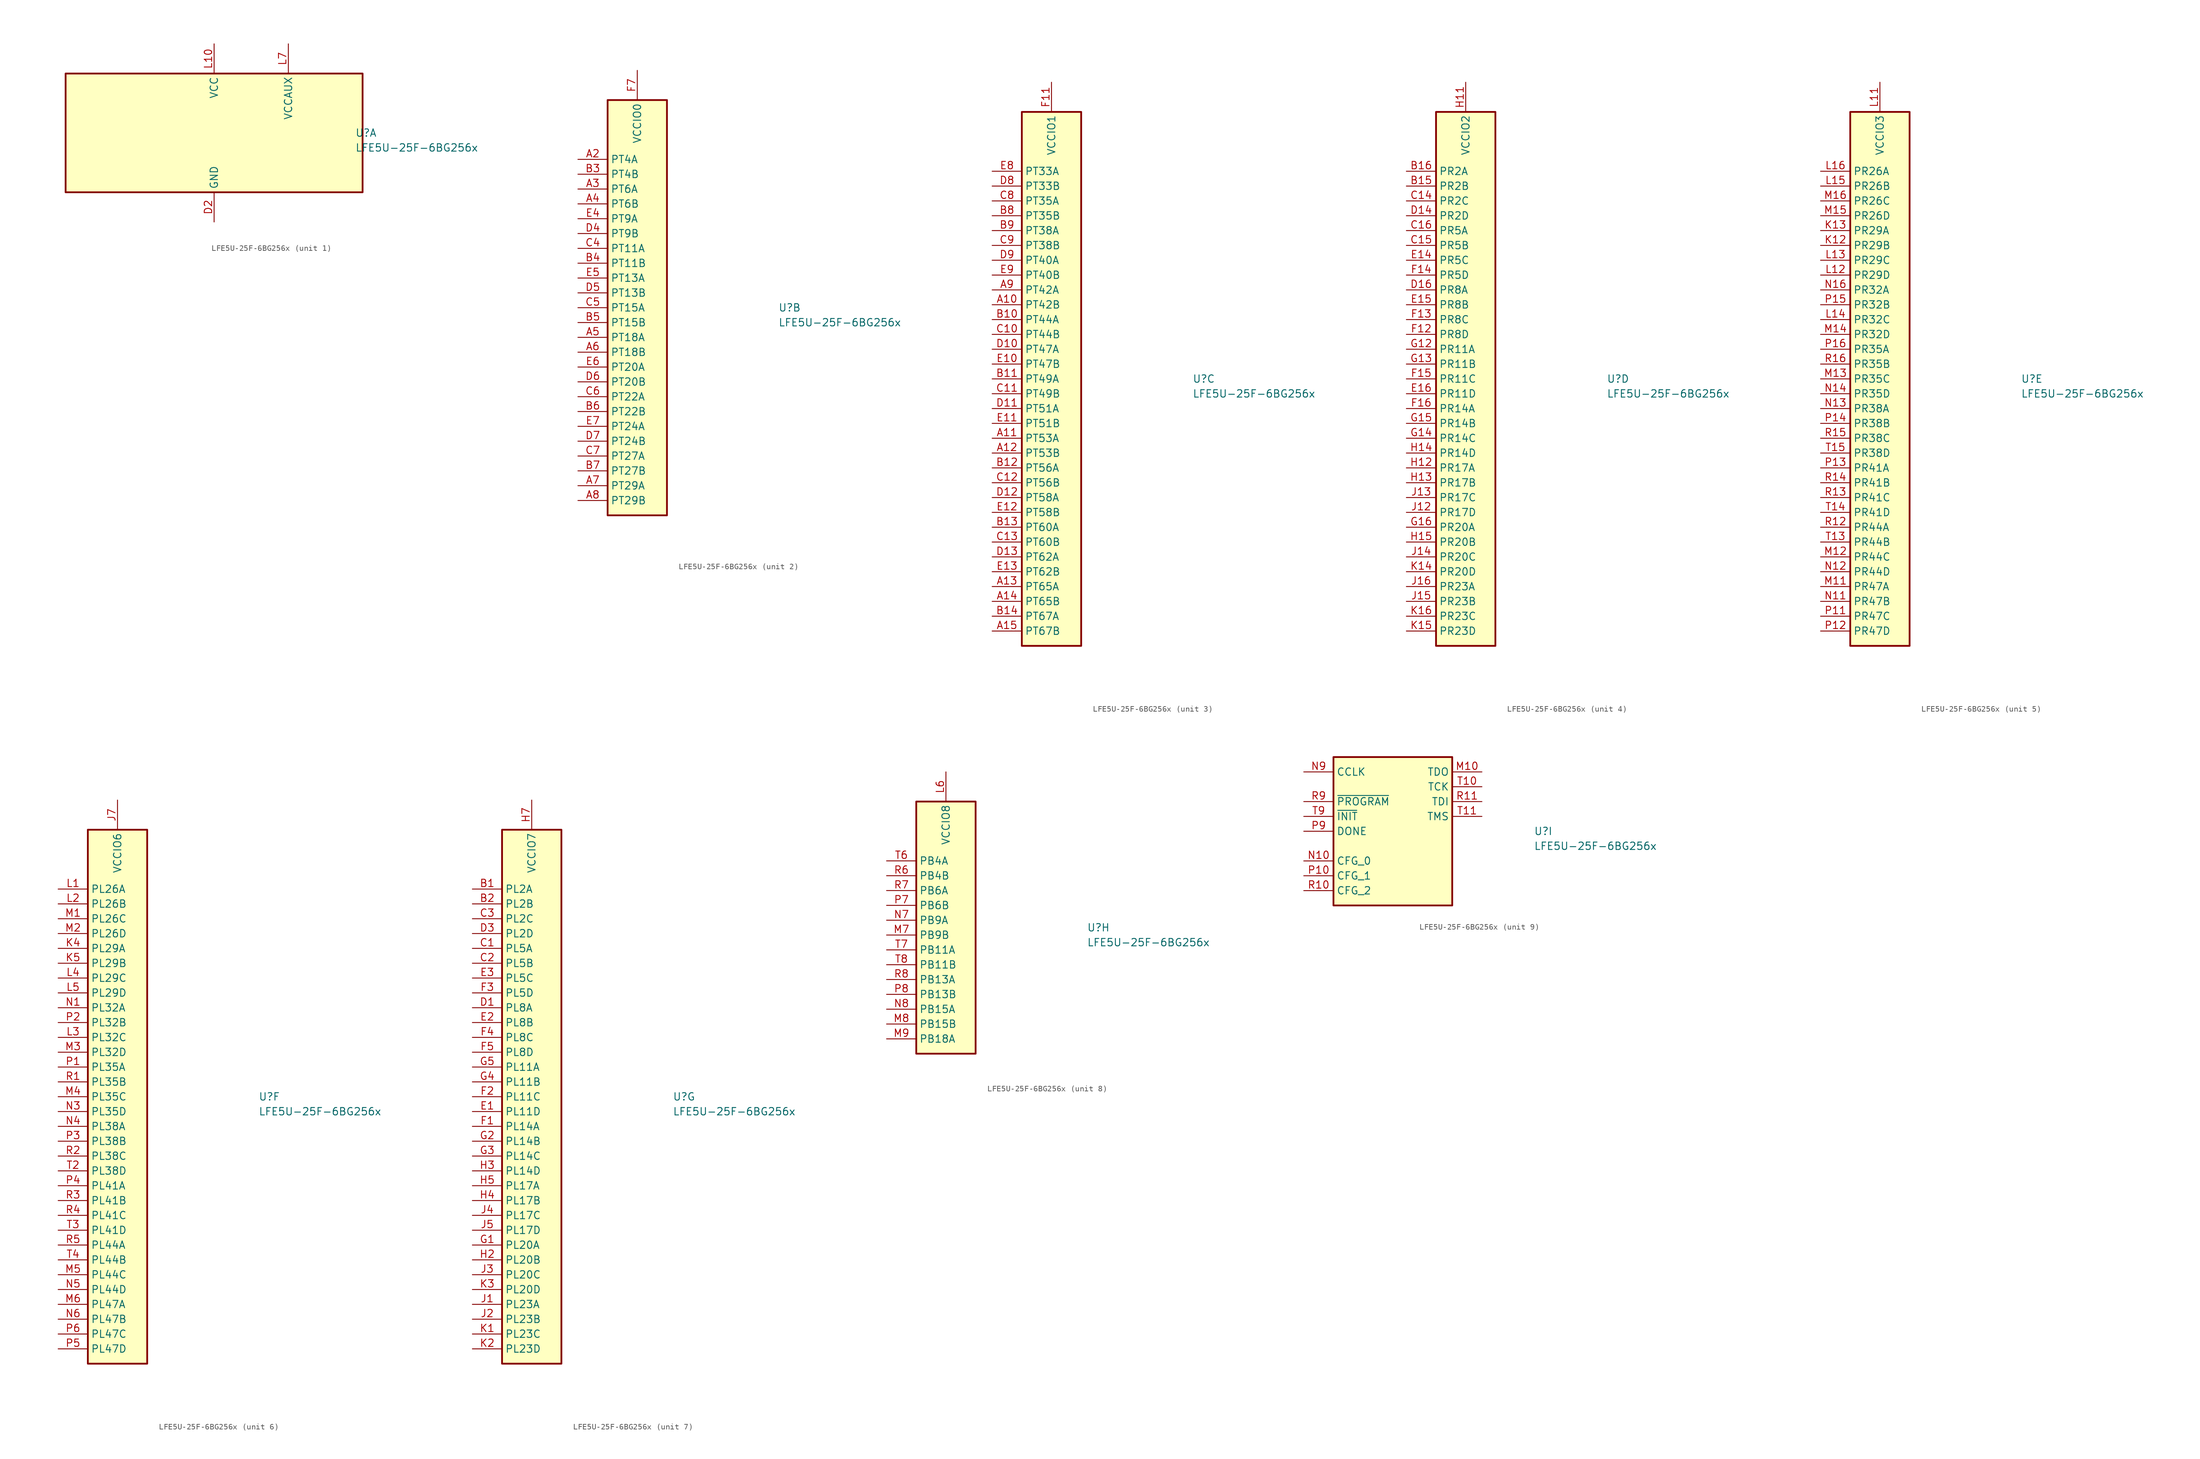
<source format=kicad_sym>
(kicad_symbol_lib
  (version 20241209)
  (generator "kicad_symbol_editor")
  (generator_version "9.0")
  (symbol "LFE5U-25F-6BG256x"
    (property "Reference" "U"
      (at 24.13 0 0)
      (effects (font (size 1.27 1.27)) (justify left)))
    (property "Value" "LFE5U-25F-6BG256x"
      (at 24.13 -2.54 0)
      (effects (font (size 1.27 1.27)) (justify left)))
    (property "ki_locked" ""
      (at 0 0 0)
      (effects (font (size 1.27 1.27))))
    (symbol "LFE5U-25F-6BG256x_1_1"
      (rectangle (start -25.4 10.16) (end 25.4 -10.16) (stroke (width 0.305) (type default)) (fill (type background)))
      (pin passive line (at 0 15.24 270) (length 5.08) (hide yes) (name "VCC" (effects (font (size 1.27 1.27)))) (number "G6" (effects (font (size 1.27 1.27)))))
      (pin passive line (at 0 15.24 270) (length 5.08) (hide yes) (name "VCC" (effects (font (size 1.27 1.27)))) (number "G7" (effects (font (size 1.27 1.27)))))
      (pin passive line (at 0 15.24 270) (length 5.08) (hide yes) (name "VCC" (effects (font (size 1.27 1.27)))) (number "G9" (effects (font (size 1.27 1.27)))))
      (pin power_in line (at 0 15.24 270) (length 5.08) (name "VCC" (effects (font (size 1.27 1.27)))) (number "L10" (effects (font (size 1.27 1.27)))))
      (pin passive line (at 0 15.24 270) (length 5.08) (hide yes) (name "VCC" (effects (font (size 1.27 1.27)))) (number "L8" (effects (font (size 1.27 1.27)))))
      (pin passive line (at 0 15.24 270) (length 5.08) (hide yes) (name "VCC" (effects (font (size 1.27 1.27)))) (number "L9" (effects (font (size 1.27 1.27)))))
      (pin passive line (at 0 -15.24 90) (length 5.08) (hide yes) (name "GND" (effects (font (size 1.27 1.27)))) (number "A1" (effects (font (size 1.27 1.27)))))
      (pin passive line (at 0 -15.24 90) (length 5.08) (hide yes) (name "GND" (effects (font (size 1.27 1.27)))) (number "A16" (effects (font (size 1.27 1.27)))))
      (pin passive line (at 0 -15.24 90) (length 5.08) (hide yes) (name "GND" (effects (font (size 1.27 1.27)))) (number "D15" (effects (font (size 1.27 1.27)))))
      (pin power_in line (at 0 -15.24 90) (length 5.08) (name "GND" (effects (font (size 1.27 1.27)))) (number "D2" (effects (font (size 1.27 1.27)))))
      (pin passive line (at 0 -15.24 90) (length 5.08) (hide yes) (name "GND" (effects (font (size 1.27 1.27)))) (number "F8" (effects (font (size 1.27 1.27)))))
      (pin passive line (at 0 -15.24 90) (length 5.08) (hide yes) (name "GND" (effects (font (size 1.27 1.27)))) (number "F9" (effects (font (size 1.27 1.27)))))
      (pin passive line (at 0 -15.24 90) (length 5.08) (hide yes) (name "GND" (effects (font (size 1.27 1.27)))) (number "G10" (effects (font (size 1.27 1.27)))))
      (pin passive line (at 0 -15.24 90) (length 5.08) (hide yes) (name "GND" (effects (font (size 1.27 1.27)))) (number "G8" (effects (font (size 1.27 1.27)))))
      (pin passive line (at 0 -15.24 90) (length 5.08) (hide yes) (name "GND" (effects (font (size 1.27 1.27)))) (number "H1" (effects (font (size 1.27 1.27)))))
      (pin passive line (at 0 -15.24 90) (length 5.08) (hide yes) (name "GND" (effects (font (size 1.27 1.27)))) (number "H10" (effects (font (size 1.27 1.27)))))
      (pin passive line (at 0 -15.24 90) (length 5.08) (hide yes) (name "GND" (effects (font (size 1.27 1.27)))) (number "H16" (effects (font (size 1.27 1.27)))))
      (pin passive line (at 0 -15.24 90) (length 5.08) (hide yes) (name "GND" (effects (font (size 1.27 1.27)))) (number "H8" (effects (font (size 1.27 1.27)))))
      (pin passive line (at 0 -15.24 90) (length 5.08) (hide yes) (name "GND" (effects (font (size 1.27 1.27)))) (number "H9" (effects (font (size 1.27 1.27)))))
      (pin passive line (at 0 -15.24 90) (length 5.08) (hide yes) (name "GND" (effects (font (size 1.27 1.27)))) (number "J10" (effects (font (size 1.27 1.27)))))
      (pin passive line (at 0 -15.24 90) (length 5.08) (hide yes) (name "GND" (effects (font (size 1.27 1.27)))) (number "J8" (effects (font (size 1.27 1.27)))))
      (pin passive line (at 0 -15.24 90) (length 5.08) (hide yes) (name "GND" (effects (font (size 1.27 1.27)))) (number "J9" (effects (font (size 1.27 1.27)))))
      (pin passive line (at 0 -15.24 90) (length 5.08) (hide yes) (name "GND" (effects (font (size 1.27 1.27)))) (number "K10" (effects (font (size 1.27 1.27)))))
      (pin passive line (at 0 -15.24 90) (length 5.08) (hide yes) (name "GND" (effects (font (size 1.27 1.27)))) (number "K6" (effects (font (size 1.27 1.27)))))
      (pin passive line (at 0 -15.24 90) (length 5.08) (hide yes) (name "GND" (effects (font (size 1.27 1.27)))) (number "K7" (effects (font (size 1.27 1.27)))))
      (pin passive line (at 0 -15.24 90) (length 5.08) (hide yes) (name "GND" (effects (font (size 1.27 1.27)))) (number "K8" (effects (font (size 1.27 1.27)))))
      (pin passive line (at 0 -15.24 90) (length 5.08) (hide yes) (name "GND" (effects (font (size 1.27 1.27)))) (number "K9" (effects (font (size 1.27 1.27)))))
      (pin passive line (at 0 -15.24 90) (length 5.08) (hide yes) (name "GND" (effects (font (size 1.27 1.27)))) (number "N15" (effects (font (size 1.27 1.27)))))
      (pin passive line (at 0 -15.24 90) (length 5.08) (hide yes) (name "GND" (effects (font (size 1.27 1.27)))) (number "N2" (effects (font (size 1.27 1.27)))))
      (pin passive line (at 0 -15.24 90) (length 5.08) (hide yes) (name "GND" (effects (font (size 1.27 1.27)))) (number "T1" (effects (font (size 1.27 1.27)))))
      (pin passive line (at 0 -15.24 90) (length 5.08) (hide yes) (name "GND" (effects (font (size 1.27 1.27)))) (number "T12" (effects (font (size 1.27 1.27)))))
      (pin passive line (at 0 -15.24 90) (length 5.08) (hide yes) (name "GND" (effects (font (size 1.27 1.27)))) (number "T16" (effects (font (size 1.27 1.27)))))
      (pin passive line (at 0 -15.24 90) (length 5.08) (hide yes) (name "GND" (effects (font (size 1.27 1.27)))) (number "T5" (effects (font (size 1.27 1.27)))))
      (pin passive line (at 12.7 15.24 270) (length 5.08) (hide yes) (name "VCCAUX" (effects (font (size 1.27 1.27)))) (number "G11" (effects (font (size 1.27 1.27)))))
      (pin power_in line (at 12.7 15.24 270) (length 5.08) (name "VCCAUX" (effects (font (size 1.27 1.27)))) (number "L7" (effects (font (size 1.27 1.27))))))
    (symbol "LFE5U-25F-6BG256x_2_1"
      (rectangle (start -5.08 35.56) (end 5.08 -35.56) (stroke (width 0.305) (type default)) (fill (type background)))
      (pin bidirectional line (at -10.16 25.4 0) (length 5.08) (name "PT4A" (effects (font (size 1.27 1.27)))) (number "A2" (effects (font (size 1.27 1.27)))))
      (pin bidirectional line (at -10.16 22.86 0) (length 5.08) (name "PT4B" (effects (font (size 1.27 1.27)))) (number "B3" (effects (font (size 1.27 1.27)))))
      (pin bidirectional line (at -10.16 20.32 0) (length 5.08) (name "PT6A" (effects (font (size 1.27 1.27)))) (number "A3" (effects (font (size 1.27 1.27)))))
      (pin bidirectional line (at -10.16 17.78 0) (length 5.08) (name "PT6B" (effects (font (size 1.27 1.27)))) (number "A4" (effects (font (size 1.27 1.27)))))
      (pin bidirectional line (at -10.16 15.24 0) (length 5.08) (name "PT9A" (effects (font (size 1.27 1.27)))) (number "E4" (effects (font (size 1.27 1.27)))))
      (pin bidirectional line (at -10.16 12.7 0) (length 5.08) (name "PT9B" (effects (font (size 1.27 1.27)))) (number "D4" (effects (font (size 1.27 1.27)))))
      (pin bidirectional line (at -10.16 10.16 0) (length 5.08) (name "PT11A" (effects (font (size 1.27 1.27)))) (number "C4" (effects (font (size 1.27 1.27)))))
      (pin bidirectional line (at -10.16 7.62 0) (length 5.08) (name "PT11B" (effects (font (size 1.27 1.27)))) (number "B4" (effects (font (size 1.27 1.27)))))
      (pin bidirectional line (at -10.16 5.08 0) (length 5.08) (name "PT13A" (effects (font (size 1.27 1.27)))) (number "E5" (effects (font (size 1.27 1.27)))))
      (pin bidirectional line (at -10.16 2.54 0) (length 5.08) (name "PT13B" (effects (font (size 1.27 1.27)))) (number "D5" (effects (font (size 1.27 1.27)))))
      (pin bidirectional line (at -10.16 0 0) (length 5.08) (name "PT15A" (effects (font (size 1.27 1.27)))) (number "C5" (effects (font (size 1.27 1.27)))))
      (pin bidirectional line (at -10.16 -2.54 0) (length 5.08) (name "PT15B" (effects (font (size 1.27 1.27)))) (number "B5" (effects (font (size 1.27 1.27)))))
      (pin bidirectional line (at -10.16 -5.08 0) (length 5.08) (name "PT18A" (effects (font (size 1.27 1.27)))) (number "A5" (effects (font (size 1.27 1.27)))))
      (pin bidirectional line (at -10.16 -7.62 0) (length 5.08) (name "PT18B" (effects (font (size 1.27 1.27)))) (number "A6" (effects (font (size 1.27 1.27)))))
      (pin bidirectional line (at -10.16 -10.16 0) (length 5.08) (name "PT20A" (effects (font (size 1.27 1.27)))) (number "E6" (effects (font (size 1.27 1.27)))))
      (pin bidirectional line (at -10.16 -12.7 0) (length 5.08) (name "PT20B" (effects (font (size 1.27 1.27)))) (number "D6" (effects (font (size 1.27 1.27)))))
      (pin bidirectional line (at -10.16 -15.24 0) (length 5.08) (name "PT22A" (effects (font (size 1.27 1.27)))) (number "C6" (effects (font (size 1.27 1.27)))))
      (pin bidirectional line (at -10.16 -17.78 0) (length 5.08) (name "PT22B" (effects (font (size 1.27 1.27)))) (number "B6" (effects (font (size 1.27 1.27)))))
      (pin bidirectional line (at -10.16 -20.32 0) (length 5.08) (name "PT24A" (effects (font (size 1.27 1.27)))) (number "E7" (effects (font (size 1.27 1.27)))) (alternate "GR_PCLK0_1" input line))
      (pin bidirectional line (at -10.16 -22.86 0) (length 5.08) (name "PT24B" (effects (font (size 1.27 1.27)))) (number "D7" (effects (font (size 1.27 1.27)))) (alternate "GR_PCLK0_0" input line))
      (pin bidirectional line (at -10.16 -25.4 0) (length 5.08) (name "PT27A" (effects (font (size 1.27 1.27)))) (number "C7" (effects (font (size 1.27 1.27)))) (alternate "PCLKT0_1" input line))
      (pin bidirectional line (at -10.16 -27.94 0) (length 5.08) (name "PT27B" (effects (font (size 1.27 1.27)))) (number "B7" (effects (font (size 1.27 1.27)))))
      (pin bidirectional line (at -10.16 -30.48 0) (length 5.08) (name "PT29A" (effects (font (size 1.27 1.27)))) (number "A7" (effects (font (size 1.27 1.27)))) (alternate "PCLKT0_0" input line))
      (pin bidirectional line (at -10.16 -33.02 0) (length 5.08) (name "PT29B" (effects (font (size 1.27 1.27)))) (number "A8" (effects (font (size 1.27 1.27)))))
      (pin passive line (at 0 40.64 270) (length 5.08) (hide yes) (name "VCCIO0" (effects (font (size 1.27 1.27)))) (number "F6" (effects (font (size 1.27 1.27)))))
      (pin power_in line (at 0 40.64 270) (length 5.08) (name "VCCIO0" (effects (font (size 1.27 1.27)))) (number "F7" (effects (font (size 1.27 1.27))))))
    (symbol "LFE5U-25F-6BG256x_3_1"
      (rectangle (start -5.08 45.72) (end 5.08 -45.72) (stroke (width 0.305) (type default)) (fill (type background)))
      (pin bidirectional line (at -10.16 35.56 0) (length 5.08) (name "PT33A" (effects (font (size 1.27 1.27)))) (number "E8" (effects (font (size 1.27 1.27)))) (alternate "PCLKT1_1" input line))
      (pin bidirectional line (at -10.16 33.02 0) (length 5.08) (name "PT33B" (effects (font (size 1.27 1.27)))) (number "D8" (effects (font (size 1.27 1.27)))))
      (pin bidirectional line (at -10.16 30.48 0) (length 5.08) (name "PT35A" (effects (font (size 1.27 1.27)))) (number "C8" (effects (font (size 1.27 1.27)))) (alternate "PCLKT1_0" input line))
      (pin bidirectional line (at -10.16 27.94 0) (length 5.08) (name "PT35B" (effects (font (size 1.27 1.27)))) (number "B8" (effects (font (size 1.27 1.27)))))
      (pin bidirectional line (at -10.16 25.4 0) (length 5.08) (name "PT38A" (effects (font (size 1.27 1.27)))) (number "B9" (effects (font (size 1.27 1.27)))) (alternate "GR_PCLK1_0" input line))
      (pin bidirectional line (at -10.16 22.86 0) (length 5.08) (name "PT38B" (effects (font (size 1.27 1.27)))) (number "C9" (effects (font (size 1.27 1.27)))) (alternate "GR_PCLK1_0" input line))
      (pin bidirectional line (at -10.16 20.32 0) (length 5.08) (name "PT40A" (effects (font (size 1.27 1.27)))) (number "D9" (effects (font (size 1.27 1.27)))))
      (pin bidirectional line (at -10.16 17.78 0) (length 5.08) (name "PT40B" (effects (font (size 1.27 1.27)))) (number "E9" (effects (font (size 1.27 1.27)))))
      (pin bidirectional line (at -10.16 15.24 0) (length 5.08) (name "PT42A" (effects (font (size 1.27 1.27)))) (number "A9" (effects (font (size 1.27 1.27)))))
      (pin bidirectional line (at -10.16 12.7 0) (length 5.08) (name "PT42B" (effects (font (size 1.27 1.27)))) (number "A10" (effects (font (size 1.27 1.27)))))
      (pin bidirectional line (at -10.16 10.16 0) (length 5.08) (name "PT44A" (effects (font (size 1.27 1.27)))) (number "B10" (effects (font (size 1.27 1.27)))))
      (pin bidirectional line (at -10.16 7.62 0) (length 5.08) (name "PT44B" (effects (font (size 1.27 1.27)))) (number "C10" (effects (font (size 1.27 1.27)))))
      (pin bidirectional line (at -10.16 5.08 0) (length 5.08) (name "PT47A" (effects (font (size 1.27 1.27)))) (number "D10" (effects (font (size 1.27 1.27)))))
      (pin bidirectional line (at -10.16 2.54 0) (length 5.08) (name "PT47B" (effects (font (size 1.27 1.27)))) (number "E10" (effects (font (size 1.27 1.27)))))
      (pin bidirectional line (at -10.16 0 0) (length 5.08) (name "PT49A" (effects (font (size 1.27 1.27)))) (number "B11" (effects (font (size 1.27 1.27)))))
      (pin bidirectional line (at -10.16 -2.54 0) (length 5.08) (name "PT49B" (effects (font (size 1.27 1.27)))) (number "C11" (effects (font (size 1.27 1.27)))))
      (pin bidirectional line (at -10.16 -5.08 0) (length 5.08) (name "PT51A" (effects (font (size 1.27 1.27)))) (number "D11" (effects (font (size 1.27 1.27)))))
      (pin bidirectional line (at -10.16 -7.62 0) (length 5.08) (name "PT51B" (effects (font (size 1.27 1.27)))) (number "E11" (effects (font (size 1.27 1.27)))))
      (pin bidirectional line (at -10.16 -10.16 0) (length 5.08) (name "PT53A" (effects (font (size 1.27 1.27)))) (number "A11" (effects (font (size 1.27 1.27)))))
      (pin bidirectional line (at -10.16 -12.7 0) (length 5.08) (name "PT53B" (effects (font (size 1.27 1.27)))) (number "A12" (effects (font (size 1.27 1.27)))))
      (pin bidirectional line (at -10.16 -15.24 0) (length 5.08) (name "PT56A" (effects (font (size 1.27 1.27)))) (number "B12" (effects (font (size 1.27 1.27)))))
      (pin bidirectional line (at -10.16 -17.78 0) (length 5.08) (name "PT56B" (effects (font (size 1.27 1.27)))) (number "C12" (effects (font (size 1.27 1.27)))))
      (pin bidirectional line (at -10.16 -20.32 0) (length 5.08) (name "PT58A" (effects (font (size 1.27 1.27)))) (number "D12" (effects (font (size 1.27 1.27)))))
      (pin bidirectional line (at -10.16 -22.86 0) (length 5.08) (name "PT58B" (effects (font (size 1.27 1.27)))) (number "E12" (effects (font (size 1.27 1.27)))))
      (pin bidirectional line (at -10.16 -25.4 0) (length 5.08) (name "PT60A" (effects (font (size 1.27 1.27)))) (number "B13" (effects (font (size 1.27 1.27)))))
      (pin bidirectional line (at -10.16 -27.94 0) (length 5.08) (name "PT60B" (effects (font (size 1.27 1.27)))) (number "C13" (effects (font (size 1.27 1.27)))))
      (pin bidirectional line (at -10.16 -30.48 0) (length 5.08) (name "PT62A" (effects (font (size 1.27 1.27)))) (number "D13" (effects (font (size 1.27 1.27)))))
      (pin bidirectional line (at -10.16 -33.02 0) (length 5.08) (name "PT62B" (effects (font (size 1.27 1.27)))) (number "E13" (effects (font (size 1.27 1.27)))))
      (pin bidirectional line (at -10.16 -35.56 0) (length 5.08) (name "PT65A" (effects (font (size 1.27 1.27)))) (number "A13" (effects (font (size 1.27 1.27)))))
      (pin bidirectional line (at -10.16 -38.1 0) (length 5.08) (name "PT65B" (effects (font (size 1.27 1.27)))) (number "A14" (effects (font (size 1.27 1.27)))))
      (pin bidirectional line (at -10.16 -40.64 0) (length 5.08) (name "PT67A" (effects (font (size 1.27 1.27)))) (number "B14" (effects (font (size 1.27 1.27)))))
      (pin bidirectional line (at -10.16 -43.18 0) (length 5.08) (name "PT67B" (effects (font (size 1.27 1.27)))) (number "A15" (effects (font (size 1.27 1.27)))))
      (pin passive line (at 0 50.8 270) (length 5.08) (hide yes) (name "VCCIO1" (effects (font (size 1.27 1.27)))) (number "F10" (effects (font (size 1.27 1.27)))))
      (pin power_in line (at 0 50.8 270) (length 5.08) (name "VCCIO1" (effects (font (size 1.27 1.27)))) (number "F11" (effects (font (size 1.27 1.27))))))
    (symbol "LFE5U-25F-6BG256x_4_1"
      (rectangle (start -5.08 45.72) (end 5.08 -45.72) (stroke (width 0.305) (type default)) (fill (type background)))
      (pin bidirectional line (at -10.16 35.56 0) (length 5.08) (name "PR2A" (effects (font (size 1.27 1.27)))) (number "B16" (effects (font (size 1.27 1.27)))))
      (pin bidirectional line (at -10.16 33.02 0) (length 5.08) (name "PR2B" (effects (font (size 1.27 1.27)))) (number "B15" (effects (font (size 1.27 1.27)))) (alternate "S0_IN" input line))
      (pin bidirectional line (at -10.16 30.48 0) (length 5.08) (name "PR2C" (effects (font (size 1.27 1.27)))) (number "C14" (effects (font (size 1.27 1.27)))))
      (pin bidirectional line (at -10.16 27.94 0) (length 5.08) (name "PR2D" (effects (font (size 1.27 1.27)))) (number "D14" (effects (font (size 1.27 1.27)))))
      (pin bidirectional line (at -10.16 25.4 0) (length 5.08) (name "PR5A" (effects (font (size 1.27 1.27)))) (number "C16" (effects (font (size 1.27 1.27)))) (alternate "S0_OUT" output line))
      (pin bidirectional line (at -10.16 22.86 0) (length 5.08) (name "PR5B" (effects (font (size 1.27 1.27)))) (number "C15" (effects (font (size 1.27 1.27)))) (alternate "S1_IN" input line))
      (pin bidirectional line (at -10.16 20.32 0) (length 5.08) (name "PR5C" (effects (font (size 1.27 1.27)))) (number "E14" (effects (font (size 1.27 1.27)))))
      (pin bidirectional line (at -10.16 17.78 0) (length 5.08) (name "PR5D" (effects (font (size 1.27 1.27)))) (number "F14" (effects (font (size 1.27 1.27)))))
      (pin bidirectional line (at -10.16 15.24 0) (length 5.08) (name "PR8A" (effects (font (size 1.27 1.27)))) (number "D16" (effects (font (size 1.27 1.27)))))
      (pin bidirectional line (at -10.16 12.7 0) (length 5.08) (name "PR8B" (effects (font (size 1.27 1.27)))) (number "E15" (effects (font (size 1.27 1.27)))))
      (pin bidirectional line (at -10.16 10.16 0) (length 5.08) (name "PR8C" (effects (font (size 1.27 1.27)))) (number "F13" (effects (font (size 1.27 1.27)))))
      (pin bidirectional line (at -10.16 7.62 0) (length 5.08) (name "PR8D" (effects (font (size 1.27 1.27)))) (number "F12" (effects (font (size 1.27 1.27)))))
      (pin bidirectional line (at -10.16 5.08 0) (length 5.08) (name "PR11A" (effects (font (size 1.27 1.27)))) (number "G12" (effects (font (size 1.27 1.27)))))
      (pin bidirectional line (at -10.16 2.54 0) (length 5.08) (name "PR11B" (effects (font (size 1.27 1.27)))) (number "G13" (effects (font (size 1.27 1.27)))))
      (pin bidirectional line (at -10.16 0 0) (length 5.08) (name "PR11C" (effects (font (size 1.27 1.27)))) (number "F15" (effects (font (size 1.27 1.27)))))
      (pin bidirectional line (at -10.16 -2.54 0) (length 5.08) (name "PR11D" (effects (font (size 1.27 1.27)))) (number "E16" (effects (font (size 1.27 1.27)))))
      (pin bidirectional line (at -10.16 -5.08 0) (length 5.08) (name "PR14A" (effects (font (size 1.27 1.27)))) (number "F16" (effects (font (size 1.27 1.27)))) (alternate "S1_OUT" output line))
      (pin bidirectional line (at -10.16 -7.62 0) (length 5.08) (name "PR14B" (effects (font (size 1.27 1.27)))) (number "G15" (effects (font (size 1.27 1.27)))) (alternate "S2_IN" bidirectional line))
      (pin bidirectional line (at -10.16 -10.16 0) (length 5.08) (name "PR14C" (effects (font (size 1.27 1.27)))) (number "G14" (effects (font (size 1.27 1.27)))) (alternate "VREF1_2" passive line))
      (pin bidirectional line (at -10.16 -12.7 0) (length 5.08) (name "PR14D" (effects (font (size 1.27 1.27)))) (number "H14" (effects (font (size 1.27 1.27)))))
      (pin bidirectional line (at -10.16 -15.24 0) (length 5.08) (name "PR17A" (effects (font (size 1.27 1.27)))) (number "H12" (effects (font (size 1.27 1.27)))))
      (pin bidirectional line (at -10.16 -17.78 0) (length 5.08) (name "PR17B" (effects (font (size 1.27 1.27)))) (number "H13" (effects (font (size 1.27 1.27)))))
      (pin bidirectional line (at -10.16 -20.32 0) (length 5.08) (name "PR17C" (effects (font (size 1.27 1.27)))) (number "J13" (effects (font (size 1.27 1.27)))))
      (pin bidirectional line (at -10.16 -22.86 0) (length 5.08) (name "PR17D" (effects (font (size 1.27 1.27)))) (number "J12" (effects (font (size 1.27 1.27)))))
      (pin bidirectional line (at -10.16 -25.4 0) (length 5.08) (name "PR20A" (effects (font (size 1.27 1.27)))) (number "G16" (effects (font (size 1.27 1.27)))) (alternate "GR_PCLK2_1" input line))
      (pin bidirectional line (at -10.16 -27.94 0) (length 5.08) (name "PR20B" (effects (font (size 1.27 1.27)))) (number "H15" (effects (font (size 1.27 1.27)))))
      (pin bidirectional line (at -10.16 -30.48 0) (length 5.08) (name "PR20C" (effects (font (size 1.27 1.27)))) (number "J14" (effects (font (size 1.27 1.27)))) (alternate "GR_PCLK2_0" input line))
      (pin bidirectional line (at -10.16 -33.02 0) (length 5.08) (name "PR20D" (effects (font (size 1.27 1.27)))) (number "K14" (effects (font (size 1.27 1.27)))))
      (pin bidirectional line (at -10.16 -35.56 0) (length 5.08) (name "PR23A" (effects (font (size 1.27 1.27)))) (number "J16" (effects (font (size 1.27 1.27)))) (alternate "PCLKT2_1" input line) (alternate "S2_OUT" output line))
      (pin bidirectional line (at -10.16 -38.1 0) (length 5.08) (name "PR23B" (effects (font (size 1.27 1.27)))) (number "J15" (effects (font (size 1.27 1.27)))) (alternate "PCLKC2_1" input line))
      (pin bidirectional line (at -10.16 -40.64 0) (length 5.08) (name "PR23C" (effects (font (size 1.27 1.27)))) (number "K16" (effects (font (size 1.27 1.27)))) (alternate "PCLKT2_0" input line) (alternate "S3_IN" input line))
      (pin bidirectional line (at -10.16 -43.18 0) (length 5.08) (name "PR23D" (effects (font (size 1.27 1.27)))) (number "K15" (effects (font (size 1.27 1.27)))) (alternate "PCLKC2_0" input line))
      (pin power_in line (at 0 50.8 270) (length 5.08) (name "VCCIO2" (effects (font (size 1.27 1.27)))) (number "H11" (effects (font (size 1.27 1.27)))))
      (pin passive line (at 0 50.8 270) (length 5.08) (hide yes) (name "VCCIO2" (effects (font (size 1.27 1.27)))) (number "J11" (effects (font (size 1.27 1.27))))))
    (symbol "LFE5U-25F-6BG256x_5_1"
      (rectangle (start -5.08 45.72) (end 5.08 -45.72) (stroke (width 0.305) (type default)) (fill (type background)))
      (pin bidirectional line (at -10.16 35.56 0) (length 5.08) (name "PR26A" (effects (font (size 1.27 1.27)))) (number "L16" (effects (font (size 1.27 1.27)))) (alternate "PCLKT3_1" input line) (alternate "S3_OUT" output line))
      (pin bidirectional line (at -10.16 33.02 0) (length 5.08) (name "PR26B" (effects (font (size 1.27 1.27)))) (number "L15" (effects (font (size 1.27 1.27)))) (alternate "PCLKC3_1" input line))
      (pin bidirectional line (at -10.16 30.48 0) (length 5.08) (name "PR26C" (effects (font (size 1.27 1.27)))) (number "M16" (effects (font (size 1.27 1.27)))) (alternate "PCLKT3_0" input line) (alternate "S4_IN" input line))
      (pin bidirectional line (at -10.16 27.94 0) (length 5.08) (name "PR26D" (effects (font (size 1.27 1.27)))) (number "M15" (effects (font (size 1.27 1.27)))) (alternate "PCLKC3_0" input line))
      (pin bidirectional line (at -10.16 25.4 0) (length 5.08) (name "PR29A" (effects (font (size 1.27 1.27)))) (number "K13" (effects (font (size 1.27 1.27)))) (alternate "GR_PCLK3_0" input line))
      (pin bidirectional line (at -10.16 22.86 0) (length 5.08) (name "PR29B" (effects (font (size 1.27 1.27)))) (number "K12" (effects (font (size 1.27 1.27)))))
      (pin bidirectional line (at -10.16 20.32 0) (length 5.08) (name "PR29C" (effects (font (size 1.27 1.27)))) (number "L13" (effects (font (size 1.27 1.27)))) (alternate "GR_PCLK3_1" input line))
      (pin bidirectional line (at -10.16 17.78 0) (length 5.08) (name "PR29D" (effects (font (size 1.27 1.27)))) (number "L12" (effects (font (size 1.27 1.27)))))
      (pin bidirectional line (at -10.16 15.24 0) (length 5.08) (name "PR32A" (effects (font (size 1.27 1.27)))) (number "N16" (effects (font (size 1.27 1.27)))))
      (pin bidirectional line (at -10.16 12.7 0) (length 5.08) (name "PR32B" (effects (font (size 1.27 1.27)))) (number "P15" (effects (font (size 1.27 1.27)))))
      (pin bidirectional line (at -10.16 10.16 0) (length 5.08) (name "PR32C" (effects (font (size 1.27 1.27)))) (number "L14" (effects (font (size 1.27 1.27)))))
      (pin bidirectional line (at -10.16 7.62 0) (length 5.08) (name "PR32D" (effects (font (size 1.27 1.27)))) (number "M14" (effects (font (size 1.27 1.27)))))
      (pin bidirectional line (at -10.16 5.08 0) (length 5.08) (name "PR35A" (effects (font (size 1.27 1.27)))) (number "P16" (effects (font (size 1.27 1.27)))) (alternate "S4_OUT" output line))
      (pin bidirectional line (at -10.16 2.54 0) (length 5.08) (name "PR35B" (effects (font (size 1.27 1.27)))) (number "R16" (effects (font (size 1.27 1.27)))) (alternate "VREF1_3" passive line))
      (pin bidirectional line (at -10.16 0 0) (length 5.08) (name "PR35C" (effects (font (size 1.27 1.27)))) (number "M13" (effects (font (size 1.27 1.27)))) (alternate "S5_IN" input line))
      (pin bidirectional line (at -10.16 -2.54 0) (length 5.08) (name "PR35D" (effects (font (size 1.27 1.27)))) (number "N14" (effects (font (size 1.27 1.27)))))
      (pin bidirectional line (at -10.16 -5.08 0) (length 5.08) (name "PR38A" (effects (font (size 1.27 1.27)))) (number "N13" (effects (font (size 1.27 1.27)))) (alternate "S5_OUT" output line))
      (pin bidirectional line (at -10.16 -7.62 0) (length 5.08) (name "PR38B" (effects (font (size 1.27 1.27)))) (number "P14" (effects (font (size 1.27 1.27)))) (alternate "S6_IN" input line))
      (pin bidirectional line (at -10.16 -10.16 0) (length 5.08) (name "PR38C" (effects (font (size 1.27 1.27)))) (number "R15" (effects (font (size 1.27 1.27)))))
      (pin bidirectional line (at -10.16 -12.7 0) (length 5.08) (name "PR38D" (effects (font (size 1.27 1.27)))) (number "T15" (effects (font (size 1.27 1.27)))))
      (pin bidirectional line (at -10.16 -15.24 0) (length 5.08) (name "PR41A" (effects (font (size 1.27 1.27)))) (number "P13" (effects (font (size 1.27 1.27)))) (alternate "S6_OUT" output line))
      (pin bidirectional line (at -10.16 -17.78 0) (length 5.08) (name "PR41B" (effects (font (size 1.27 1.27)))) (number "R14" (effects (font (size 1.27 1.27)))) (alternate "S7_IN" input line))
      (pin bidirectional line (at -10.16 -20.32 0) (length 5.08) (name "PR41C" (effects (font (size 1.27 1.27)))) (number "R13" (effects (font (size 1.27 1.27)))))
      (pin bidirectional line (at -10.16 -22.86 0) (length 5.08) (name "PR41D" (effects (font (size 1.27 1.27)))) (number "T14" (effects (font (size 1.27 1.27)))))
      (pin bidirectional line (at -10.16 -25.4 0) (length 5.08) (name "PR44A" (effects (font (size 1.27 1.27)))) (number "R12" (effects (font (size 1.27 1.27)))))
      (pin bidirectional line (at -10.16 -27.94 0) (length 5.08) (name "PR44B" (effects (font (size 1.27 1.27)))) (number "T13" (effects (font (size 1.27 1.27)))))
      (pin bidirectional line (at -10.16 -30.48 0) (length 5.08) (name "PR44C" (effects (font (size 1.27 1.27)))) (number "M12" (effects (font (size 1.27 1.27)))) (alternate "LRC_GPLL0T_MFGOUT2" output line))
      (pin bidirectional line (at -10.16 -33.02 0) (length 5.08) (name "PR44D" (effects (font (size 1.27 1.27)))) (number "N12" (effects (font (size 1.27 1.27)))) (alternate "LRC_GPLL0C_MFGOUT2" output line))
      (pin bidirectional line (at -10.16 -35.56 0) (length 5.08) (name "PR47A" (effects (font (size 1.27 1.27)))) (number "M11" (effects (font (size 1.27 1.27)))) (alternate "LRC_GPLL0T_MFGOUT1" output line))
      (pin bidirectional line (at -10.16 -38.1 0) (length 5.08) (name "PR47B" (effects (font (size 1.27 1.27)))) (number "N11" (effects (font (size 1.27 1.27)))) (alternate "LRC_GPLL0C_MFGOUT" output line))
      (pin bidirectional line (at -10.16 -40.64 0) (length 5.08) (name "PR47C" (effects (font (size 1.27 1.27)))) (number "P11" (effects (font (size 1.27 1.27)))) (alternate "LRC_GPLL0T_IN" input line))
      (pin bidirectional line (at -10.16 -43.18 0) (length 5.08) (name "PR47D" (effects (font (size 1.27 1.27)))) (number "P12" (effects (font (size 1.27 1.27)))) (alternate "LRC_GPLL0C_IN" input line) (alternate "S7_OUT" output line))
      (pin passive line (at 0 50.8 270) (length 5.08) (hide yes) (name "VCCIO3" (effects (font (size 1.27 1.27)))) (number "K11" (effects (font (size 1.27 1.27)))))
      (pin power_in line (at 0 50.8 270) (length 5.08) (name "VCCIO3" (effects (font (size 1.27 1.27)))) (number "L11" (effects (font (size 1.27 1.27))))))
    (symbol "LFE5U-25F-6BG256x_6_1"
      (rectangle (start -5.08 45.72) (end 5.08 -45.72) (stroke (width 0.305) (type default)) (fill (type background)))
      (pin bidirectional line (at -10.16 35.56 0) (length 5.08) (name "PL26A" (effects (font (size 1.27 1.27)))) (number "L1" (effects (font (size 1.27 1.27)))) (alternate "PCLKT6_1" input line))
      (pin bidirectional line (at -10.16 33.02 0) (length 5.08) (name "PL26B" (effects (font (size 1.27 1.27)))) (number "L2" (effects (font (size 1.27 1.27)))) (alternate "PCLKC6_1" input line))
      (pin bidirectional line (at -10.16 30.48 0) (length 5.08) (name "PL26C" (effects (font (size 1.27 1.27)))) (number "M1" (effects (font (size 1.27 1.27)))) (alternate "PCLKT6_0" input line))
      (pin bidirectional line (at -10.16 27.94 0) (length 5.08) (name "PL26D" (effects (font (size 1.27 1.27)))) (number "M2" (effects (font (size 1.27 1.27)))) (alternate "PCLKC6_0" input line))
      (pin bidirectional line (at -10.16 25.4 0) (length 5.08) (name "PL29A" (effects (font (size 1.27 1.27)))) (number "K4" (effects (font (size 1.27 1.27)))) (alternate "GR_PCLK6_0" bidirectional line))
      (pin bidirectional line (at -10.16 22.86 0) (length 5.08) (name "PL29B" (effects (font (size 1.27 1.27)))) (number "K5" (effects (font (size 1.27 1.27)))))
      (pin bidirectional line (at -10.16 20.32 0) (length 5.08) (name "PL29C" (effects (font (size 1.27 1.27)))) (number "L4" (effects (font (size 1.27 1.27)))) (alternate "GR_PCLK6_1" bidirectional line))
      (pin bidirectional line (at -10.16 17.78 0) (length 5.08) (name "PL29D" (effects (font (size 1.27 1.27)))) (number "L5" (effects (font (size 1.27 1.27)))))
      (pin bidirectional line (at -10.16 15.24 0) (length 5.08) (name "PL32A" (effects (font (size 1.27 1.27)))) (number "N1" (effects (font (size 1.27 1.27)))))
      (pin bidirectional line (at -10.16 12.7 0) (length 5.08) (name "PL32B" (effects (font (size 1.27 1.27)))) (number "P2" (effects (font (size 1.27 1.27)))))
      (pin bidirectional line (at -10.16 10.16 0) (length 5.08) (name "PL32C" (effects (font (size 1.27 1.27)))) (number "L3" (effects (font (size 1.27 1.27)))))
      (pin bidirectional line (at -10.16 7.62 0) (length 5.08) (name "PL32D" (effects (font (size 1.27 1.27)))) (number "M3" (effects (font (size 1.27 1.27)))))
      (pin bidirectional line (at -10.16 5.08 0) (length 5.08) (name "PL35A" (effects (font (size 1.27 1.27)))) (number "P1" (effects (font (size 1.27 1.27)))))
      (pin bidirectional line (at -10.16 2.54 0) (length 5.08) (name "PL35B" (effects (font (size 1.27 1.27)))) (number "R1" (effects (font (size 1.27 1.27)))) (alternate "VREF1_6" passive line))
      (pin bidirectional line (at -10.16 0 0) (length 5.08) (name "PL35C" (effects (font (size 1.27 1.27)))) (number "M4" (effects (font (size 1.27 1.27)))))
      (pin bidirectional line (at -10.16 -2.54 0) (length 5.08) (name "PL35D" (effects (font (size 1.27 1.27)))) (number "N3" (effects (font (size 1.27 1.27)))))
      (pin bidirectional line (at -10.16 -5.08 0) (length 5.08) (name "PL38A" (effects (font (size 1.27 1.27)))) (number "N4" (effects (font (size 1.27 1.27)))))
      (pin bidirectional line (at -10.16 -7.62 0) (length 5.08) (name "PL38B" (effects (font (size 1.27 1.27)))) (number "P3" (effects (font (size 1.27 1.27)))))
      (pin bidirectional line (at -10.16 -10.16 0) (length 5.08) (name "PL38C" (effects (font (size 1.27 1.27)))) (number "R2" (effects (font (size 1.27 1.27)))) (alternate "D15" bidirectional line) (alternate "IO15" bidirectional line))
      (pin bidirectional line (at -10.16 -12.7 0) (length 5.08) (name "PL38D" (effects (font (size 1.27 1.27)))) (number "T2" (effects (font (size 1.27 1.27)))) (alternate "D14" bidirectional line) (alternate "IO14" bidirectional line))
      (pin bidirectional line (at -10.16 -15.24 0) (length 5.08) (name "PL41A" (effects (font (size 1.27 1.27)))) (number "P4" (effects (font (size 1.27 1.27)))) (alternate "D13" bidirectional line) (alternate "IO13" bidirectional line))
      (pin bidirectional line (at -10.16 -17.78 0) (length 5.08) (name "PL41B" (effects (font (size 1.27 1.27)))) (number "R3" (effects (font (size 1.27 1.27)))) (alternate "D12" bidirectional line) (alternate "IO12" bidirectional line))
      (pin bidirectional line (at -10.16 -20.32 0) (length 5.08) (name "PL41C" (effects (font (size 1.27 1.27)))) (number "R4" (effects (font (size 1.27 1.27)))) (alternate "D11" bidirectional line) (alternate "IO11" bidirectional line))
      (pin bidirectional line (at -10.16 -22.86 0) (length 5.08) (name "PL41D" (effects (font (size 1.27 1.27)))) (number "T3" (effects (font (size 1.27 1.27)))) (alternate "D10" bidirectional line) (alternate "IO10" bidirectional line))
      (pin bidirectional line (at -10.16 -25.4 0) (length 5.08) (name "PL44A" (effects (font (size 1.27 1.27)))) (number "R5" (effects (font (size 1.27 1.27)))) (alternate "LLC_GPLL0T_MFGOUT2" output line))
      (pin bidirectional line (at -10.16 -27.94 0) (length 5.08) (name "PL44B" (effects (font (size 1.27 1.27)))) (number "T4" (effects (font (size 1.27 1.27)))) (alternate "LLC_GPLL0C_MFGOUT2" bidirectional line))
      (pin bidirectional line (at -10.16 -30.48 0) (length 5.08) (name "PL44C" (effects (font (size 1.27 1.27)))) (number "M5" (effects (font (size 1.27 1.27)))) (alternate "D9" bidirectional line) (alternate "IO9" bidirectional line))
      (pin bidirectional line (at -10.16 -33.02 0) (length 5.08) (name "PL44D" (effects (font (size 1.27 1.27)))) (number "N5" (effects (font (size 1.27 1.27)))) (alternate "D8" bidirectional line) (alternate "IO8" bidirectional line))
      (pin bidirectional line (at -10.16 -35.56 0) (length 5.08) (name "PL47A" (effects (font (size 1.27 1.27)))) (number "M6" (effects (font (size 1.27 1.27)))) (alternate "LLC_GPLL0T_MFGOUT1" output line))
      (pin bidirectional line (at -10.16 -38.1 0) (length 5.08) (name "PL47B" (effects (font (size 1.27 1.27)))) (number "N6" (effects (font (size 1.27 1.27)))) (alternate "LLC_GPLL0C_MFGOUT1" output line))
      (pin bidirectional line (at -10.16 -40.64 0) (length 5.08) (name "PL47C" (effects (font (size 1.27 1.27)))) (number "P6" (effects (font (size 1.27 1.27)))) (alternate "LLC_GPLL0T_IN" input line))
      (pin bidirectional line (at -10.16 -43.18 0) (length 5.08) (name "PL47D" (effects (font (size 1.27 1.27)))) (number "P5" (effects (font (size 1.27 1.27)))) (alternate "LLC_GPLL0C_IN" input line))
      (pin passive line (at 0 50.8 270) (length 5.08) (hide yes) (name "VCCIO6" (effects (font (size 1.27 1.27)))) (number "J6" (effects (font (size 1.27 1.27)))))
      (pin power_in line (at 0 50.8 270) (length 5.08) (name "VCCIO6" (effects (font (size 1.27 1.27)))) (number "J7" (effects (font (size 1.27 1.27))))))
    (symbol "LFE5U-25F-6BG256x_7_1"
      (rectangle (start -5.08 45.72) (end 5.08 -45.72) (stroke (width 0.305) (type default)) (fill (type background)))
      (pin bidirectional line (at -10.16 35.56 0) (length 5.08) (name "PL2A" (effects (font (size 1.27 1.27)))) (number "B1" (effects (font (size 1.27 1.27)))))
      (pin bidirectional line (at -10.16 33.02 0) (length 5.08) (name "PL2B" (effects (font (size 1.27 1.27)))) (number "B2" (effects (font (size 1.27 1.27)))))
      (pin bidirectional line (at -10.16 30.48 0) (length 5.08) (name "PL2C" (effects (font (size 1.27 1.27)))) (number "C3" (effects (font (size 1.27 1.27)))))
      (pin bidirectional line (at -10.16 27.94 0) (length 5.08) (name "PL2D" (effects (font (size 1.27 1.27)))) (number "D3" (effects (font (size 1.27 1.27)))))
      (pin bidirectional line (at -10.16 25.4 0) (length 5.08) (name "PL5A" (effects (font (size 1.27 1.27)))) (number "C1" (effects (font (size 1.27 1.27)))))
      (pin bidirectional line (at -10.16 22.86 0) (length 5.08) (name "PL5B" (effects (font (size 1.27 1.27)))) (number "C2" (effects (font (size 1.27 1.27)))))
      (pin bidirectional line (at -10.16 20.32 0) (length 5.08) (name "PL5C" (effects (font (size 1.27 1.27)))) (number "E3" (effects (font (size 1.27 1.27)))))
      (pin bidirectional line (at -10.16 17.78 0) (length 5.08) (name "PL5D" (effects (font (size 1.27 1.27)))) (number "F3" (effects (font (size 1.27 1.27)))))
      (pin bidirectional line (at -10.16 15.24 0) (length 5.08) (name "PL8A" (effects (font (size 1.27 1.27)))) (number "D1" (effects (font (size 1.27 1.27)))))
      (pin bidirectional line (at -10.16 12.7 0) (length 5.08) (name "PL8B" (effects (font (size 1.27 1.27)))) (number "E2" (effects (font (size 1.27 1.27)))))
      (pin bidirectional line (at -10.16 10.16 0) (length 5.08) (name "PL8C" (effects (font (size 1.27 1.27)))) (number "F4" (effects (font (size 1.27 1.27)))))
      (pin bidirectional line (at -10.16 7.62 0) (length 5.08) (name "PL8D" (effects (font (size 1.27 1.27)))) (number "F5" (effects (font (size 1.27 1.27)))))
      (pin bidirectional line (at -10.16 5.08 0) (length 5.08) (name "PL11A" (effects (font (size 1.27 1.27)))) (number "G5" (effects (font (size 1.27 1.27)))))
      (pin bidirectional line (at -10.16 2.54 0) (length 5.08) (name "PL11B" (effects (font (size 1.27 1.27)))) (number "G4" (effects (font (size 1.27 1.27)))))
      (pin bidirectional line (at -10.16 0 0) (length 5.08) (name "PL11C" (effects (font (size 1.27 1.27)))) (number "F2" (effects (font (size 1.27 1.27)))))
      (pin bidirectional line (at -10.16 -2.54 0) (length 5.08) (name "PL11D" (effects (font (size 1.27 1.27)))) (number "E1" (effects (font (size 1.27 1.27)))))
      (pin bidirectional line (at -10.16 -5.08 0) (length 5.08) (name "PL14A" (effects (font (size 1.27 1.27)))) (number "F1" (effects (font (size 1.27 1.27)))))
      (pin bidirectional line (at -10.16 -7.62 0) (length 5.08) (name "PL14B" (effects (font (size 1.27 1.27)))) (number "G2" (effects (font (size 1.27 1.27)))))
      (pin bidirectional line (at -10.16 -10.16 0) (length 5.08) (name "PL14C" (effects (font (size 1.27 1.27)))) (number "G3" (effects (font (size 1.27 1.27)))) (alternate "VREF1_7" passive line))
      (pin bidirectional line (at -10.16 -12.7 0) (length 5.08) (name "PL14D" (effects (font (size 1.27 1.27)))) (number "H3" (effects (font (size 1.27 1.27)))))
      (pin bidirectional line (at -10.16 -15.24 0) (length 5.08) (name "PL17A" (effects (font (size 1.27 1.27)))) (number "H5" (effects (font (size 1.27 1.27)))))
      (pin bidirectional line (at -10.16 -17.78 0) (length 5.08) (name "PL17B" (effects (font (size 1.27 1.27)))) (number "H4" (effects (font (size 1.27 1.27)))))
      (pin bidirectional line (at -10.16 -20.32 0) (length 5.08) (name "PL17C" (effects (font (size 1.27 1.27)))) (number "J4" (effects (font (size 1.27 1.27)))))
      (pin bidirectional line (at -10.16 -22.86 0) (length 5.08) (name "PL17D" (effects (font (size 1.27 1.27)))) (number "J5" (effects (font (size 1.27 1.27)))))
      (pin bidirectional line (at -10.16 -25.4 0) (length 5.08) (name "PL20A" (effects (font (size 1.27 1.27)))) (number "G1" (effects (font (size 1.27 1.27)))) (alternate "GR_PCLK7_1" input line))
      (pin bidirectional line (at -10.16 -27.94 0) (length 5.08) (name "PL20B" (effects (font (size 1.27 1.27)))) (number "H2" (effects (font (size 1.27 1.27)))))
      (pin bidirectional line (at -10.16 -30.48 0) (length 5.08) (name "PL20C" (effects (font (size 1.27 1.27)))) (number "J3" (effects (font (size 1.27 1.27)))) (alternate "GR_PCLK7_0" input line))
      (pin bidirectional line (at -10.16 -33.02 0) (length 5.08) (name "PL20D" (effects (font (size 1.27 1.27)))) (number "K3" (effects (font (size 1.27 1.27)))))
      (pin bidirectional line (at -10.16 -35.56 0) (length 5.08) (name "PL23A" (effects (font (size 1.27 1.27)))) (number "J1" (effects (font (size 1.27 1.27)))) (alternate "PCLKT7_1" input line))
      (pin bidirectional line (at -10.16 -38.1 0) (length 5.08) (name "PL23B" (effects (font (size 1.27 1.27)))) (number "J2" (effects (font (size 1.27 1.27)))) (alternate "PCLKC7_1" input line))
      (pin bidirectional line (at -10.16 -40.64 0) (length 5.08) (name "PL23C" (effects (font (size 1.27 1.27)))) (number "K1" (effects (font (size 1.27 1.27)))) (alternate "PCLKT7_0" input line))
      (pin bidirectional line (at -10.16 -43.18 0) (length 5.08) (name "PL23D" (effects (font (size 1.27 1.27)))) (number "K2" (effects (font (size 1.27 1.27)))) (alternate "PCLKC7_0" input line))
      (pin passive line (at 0 50.8 270) (length 5.08) (hide yes) (name "VCCIO7" (effects (font (size 1.27 1.27)))) (number "H6" (effects (font (size 1.27 1.27)))))
      (pin power_in line (at 0 50.8 270) (length 5.08) (name "VCCIO7" (effects (font (size 1.27 1.27)))) (number "H7" (effects (font (size 1.27 1.27))))))
    (symbol "LFE5U-25F-6BG256x_8_1"
      (rectangle (start -5.08 21.59) (end 5.08 -21.59) (stroke (width 0.305) (type default)) (fill (type background)))
      (pin bidirectional line (at -10.16 11.43 0) (length 5.08) (name "PB4A" (effects (font (size 1.27 1.27)))) (number "T6" (effects (font (size 1.27 1.27)))) (alternate "D7" bidirectional line) (alternate "IO7" bidirectional line))
      (pin bidirectional line (at -10.16 8.89 0) (length 5.08) (name "PB4B" (effects (font (size 1.27 1.27)))) (number "R6" (effects (font (size 1.27 1.27)))) (alternate "D6" bidirectional line) (alternate "IO6" bidirectional line))
      (pin bidirectional line (at -10.16 6.35 0) (length 5.08) (name "PB6A" (effects (font (size 1.27 1.27)))) (number "R7" (effects (font (size 1.27 1.27)))) (alternate "D5" bidirectional line) (alternate "IO5" bidirectional line) (alternate "MISO2" bidirectional line))
      (pin bidirectional line (at -10.16 3.81 0) (length 5.08) (name "PB6B" (effects (font (size 1.27 1.27)))) (number "P7" (effects (font (size 1.27 1.27)))) (alternate "D4" bidirectional line) (alternate "IO4" bidirectional line) (alternate "MOSI2" bidirectional line))
      (pin bidirectional line (at -10.16 1.27 0) (length 5.08) (name "PB9A" (effects (font (size 1.27 1.27)))) (number "N7" (effects (font (size 1.27 1.27)))) (alternate "D3" bidirectional line) (alternate "IO3" bidirectional line))
      (pin bidirectional line (at -10.16 -1.27 0) (length 5.08) (name "PB9B" (effects (font (size 1.27 1.27)))) (number "M7" (effects (font (size 1.27 1.27)))) (alternate "D2" bidirectional line) (alternate "IO2" bidirectional line))
      (pin bidirectional line (at -10.16 -3.81 0) (length 5.08) (name "PB11A" (effects (font (size 1.27 1.27)))) (number "T7" (effects (font (size 1.27 1.27)))) (alternate "D1" bidirectional line) (alternate "IO1" bidirectional line) (alternate "MISO" bidirectional line))
      (pin bidirectional line (at -10.16 -6.35 0) (length 5.08) (name "PB11B" (effects (font (size 1.27 1.27)))) (number "T8" (effects (font (size 1.27 1.27)))) (alternate "D0" bidirectional line) (alternate "IO0" bidirectional line) (alternate "MOSI" bidirectional line))
      (pin bidirectional line (at -10.16 -8.89 0) (length 5.08) (name "PB13A" (effects (font (size 1.27 1.27)))) (number "R8" (effects (font (size 1.27 1.27)))) (alternate "CSN" bidirectional line) (alternate "SCAN_SHFT_EN" bidirectional line) (alternate "SN" bidirectional line))
      (pin bidirectional line (at -10.16 -11.43 0) (length 5.08) (name "PB13B" (effects (font (size 1.27 1.27)))) (number "P8" (effects (font (size 1.27 1.27)))) (alternate "CS1N" bidirectional line))
      (pin bidirectional line (at -10.16 -13.97 0) (length 5.08) (name "PB15A" (effects (font (size 1.27 1.27)))) (number "N8" (effects (font (size 1.27 1.27)))) (alternate "BUSY" bidirectional line) (alternate "CEN" bidirectional line) (alternate "CSSPIN" bidirectional line) (alternate "DI" bidirectional line) (alternate "HOLDN" bidirectional line))
      (pin bidirectional line (at -10.16 -16.51 0) (length 5.08) (name "PB15B" (effects (font (size 1.27 1.27)))) (number "M8" (effects (font (size 1.27 1.27)))) (alternate "ATB_FORCE" bidirectional line) (alternate "CSON" bidirectional line) (alternate "DOUT" bidirectional line))
      (pin bidirectional line (at -10.16 -19.05 0) (length 5.08) (name "PB18A" (effects (font (size 1.27 1.27)))) (number "M9" (effects (font (size 1.27 1.27)))) (alternate "ATB_SENSE" bidirectional line) (alternate "WRITEN" bidirectional line))
      (pin power_in line (at 0 26.67 270) (length 5.08) (name "VCCIO8" (effects (font (size 1.27 1.27)))) (number "L6" (effects (font (size 1.27 1.27))))))
    (symbol "LFE5U-25F-6BG256x_9_1"
      (rectangle (start -10.16 12.7) (end 10.16 -12.7) (stroke (width 0.305) (type default)) (fill (type background)))
      (pin bidirectional line (at -15.24 10.16 0) (length 5.08) (name "CCLK" (effects (font (size 1.27 1.27)))) (number "N9" (effects (font (size 1.27 1.27)))) (alternate "MCLK" bidirectional line) (alternate "SCK" bidirectional line))
      (pin input line (at -15.24 5.08 0) (length 5.08) (name "~{PROGRAM}" (effects (font (size 1.27 1.27)))) (number "R9" (effects (font (size 1.27 1.27)))))
      (pin open_collector line (at -15.24 2.54 0) (length 5.08) (name "~{INIT}" (effects (font (size 1.27 1.27)))) (number "T9" (effects (font (size 1.27 1.27)))))
      (pin open_collector line (at -15.24 0 0) (length 5.08) (name "DONE" (effects (font (size 1.27 1.27)))) (number "P9" (effects (font (size 1.27 1.27)))))
      (pin input line (at -15.24 -5.08 0) (length 5.08) (name "CFG_0" (effects (font (size 1.27 1.27)))) (number "N10" (effects (font (size 1.27 1.27)))))
      (pin input line (at -15.24 -7.62 0) (length 5.08) (name "CFG_1" (effects (font (size 1.27 1.27)))) (number "P10" (effects (font (size 1.27 1.27)))))
      (pin input line (at -15.24 -10.16 0) (length 5.08) (name "CFG_2" (effects (font (size 1.27 1.27)))) (number "R10" (effects (font (size 1.27 1.27)))))
      (pin output line (at 15.24 10.16 180) (length 5.08) (name "TDO" (effects (font (size 1.27 1.27)))) (number "M10" (effects (font (size 1.27 1.27)))))
      (pin input line (at 15.24 7.62 180) (length 5.08) (name "TCK" (effects (font (size 1.27 1.27)))) (number "T10" (effects (font (size 1.27 1.27)))))
      (pin input line (at 15.24 5.08 180) (length 5.08) (name "TDI" (effects (font (size 1.27 1.27)))) (number "R11" (effects (font (size 1.27 1.27)))))
      (pin input line (at 15.24 2.54 180) (length 5.08) (name "TMS" (effects (font (size 1.27 1.27)))) (number "T11" (effects (font (size 1.27 1.27))))))))
</source>
